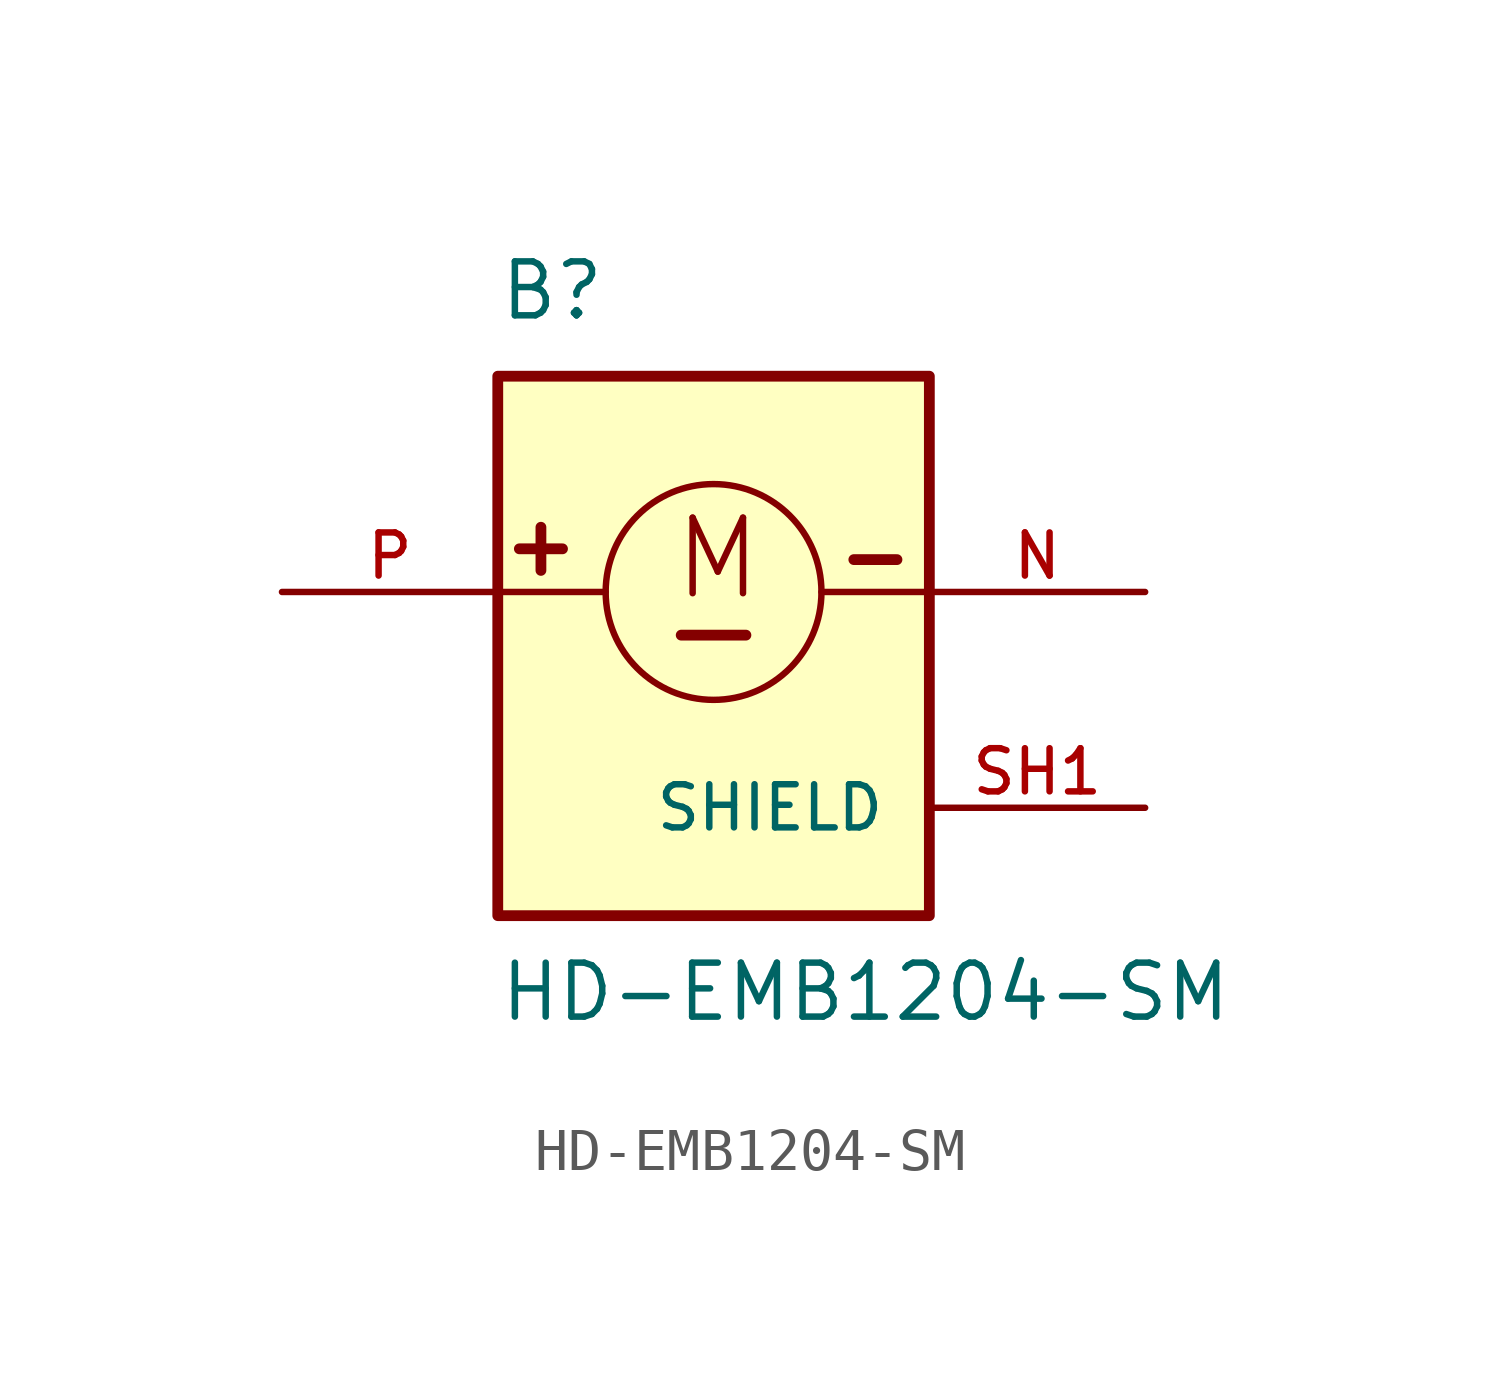
<source format=kicad_sym>
(kicad_symbol_lib
  (version 20211014)
  (generator kicad_symbol_editor)
  (symbol "HD-EMB1204-SM"
    (pin_names
      (offset 1.016))
    (property "Reference" "B"
      (at -5.08 6.35 0)
      (effects (font (size 1.27 1.27)) (justify bottom left)))
    (property "Value" "HD-EMB1204-SM"
      (at -5.08 -10.16 0)
      (effects (font (size 1.27 1.27)) (justify bottom left)))
    (symbol "HD-EMB1204-SM_0_0"
      (circle (center 0.0 0.0) (radius 2.54) (stroke (width 0.152)) (fill (type none)))
      (text "M" (at -1.016 -0.254 0) (effects (font (size 1.778 1.778)) (justify bottom left)))
      (polyline (pts (xy -0.762 -1.016) (xy 0.762 -1.016)) (stroke (width 0.254)))
      (polyline (pts (xy -2.54 0.0) (xy -5.08 0.0)) (stroke (width 0.152)))
      (polyline (pts (xy 2.54 0.0) (xy 5.08 0.0)) (stroke (width 0.152)))
      (polyline (pts (xy -4.064 1.524) (xy -4.064 0.508)) (stroke (width 0.254)))
      (polyline (pts (xy -4.572 1.016) (xy -3.556 1.016)) (stroke (width 0.254)))
      (polyline (pts (xy 3.302 0.762) (xy 4.318 0.762)) (stroke (width 0.254)))
      (rectangle (start -5.08 -7.62) (end 5.08 5.08) (stroke (width 0.254)) (fill (type background)))
      (pin passive line (at -10.16 0.0 0) (length 5.08) (name "~" (effects (font (size 1.016 1.016)))) (number "P" (effects (font (size 1.016 1.016)))))
      (pin passive line (at 10.16 0.0 180.0) (length 5.08) (name "~" (effects (font (size 1.016 1.016)))) (number "N" (effects (font (size 1.016 1.016)))))
      (pin passive line (at 10.16 -5.08 180.0) (length 5.08) (name "SHIELD" (effects (font (size 1.016 1.016)))) (number "SH1" (effects (font (size 1.016 1.016))))))))
</source>
